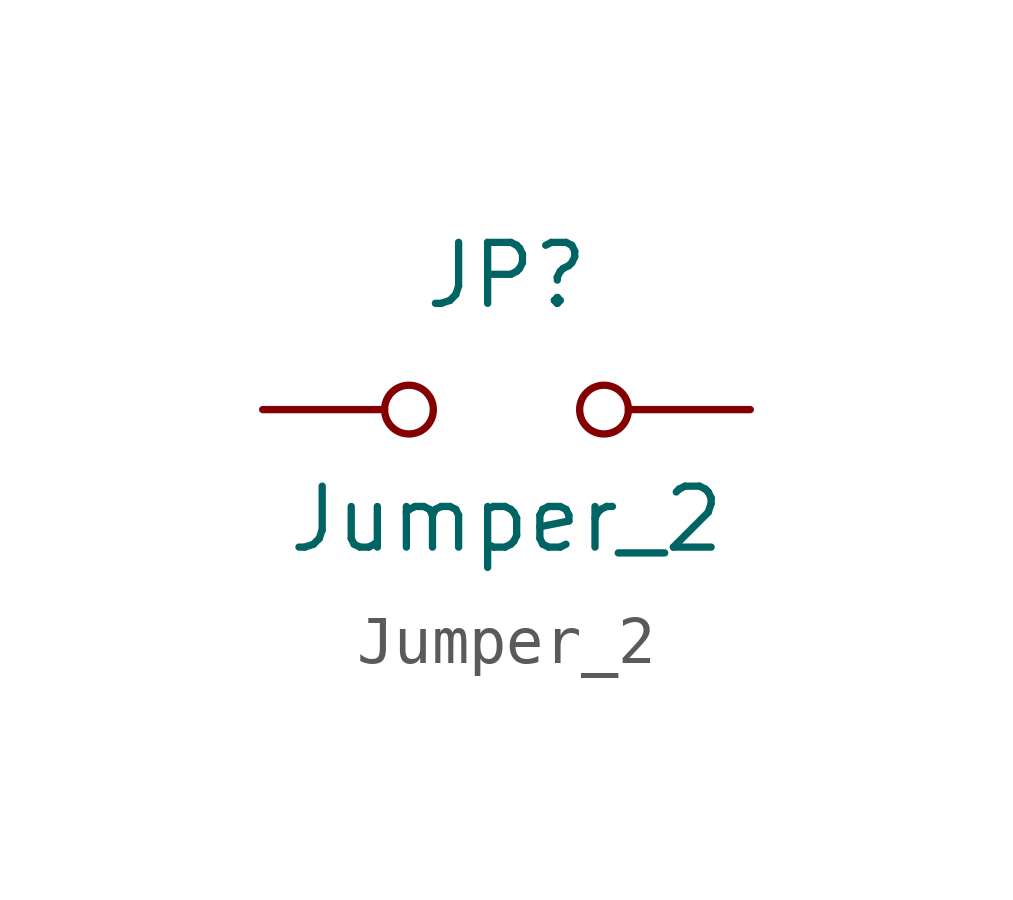
<source format=kicad_sym>
(kicad_symbol_lib
  (version 20231120)
  (generator "kicad_symbol_editor")
  (generator_version "8.0")
  (symbol "Jumper_2"
    (pin_numbers hide)
    (pin_names
      (offset 0) hide)
    (property "Reference" "JP"
      (at 0 2.794 0)
      (effects (font (size 1.27 1.27))))
    (property "Value" "Jumper_2"
      (at 0 -2.286 0)
      (effects (font (size 1.27 1.27))))
    (symbol "Jumper_2_0_0"
      (circle (center -2.032 0) (radius 0.508) (stroke (width 0) (type default)) (fill (type none)))
      (circle (center 2.032 0) (radius 0.508) (stroke (width 0) (type default)) (fill (type none))))
    (symbol "Jumper_2_1_1"
      (pin passive line (at -5.08 0 0) (length 2.54) (name "A" (effects (font (size 1.27 1.27)))) (number "1" (effects (font (size 1.27 1.27)))))
      (pin passive line (at 5.08 0 180) (length 2.54) (name "B" (effects (font (size 1.27 1.27)))) (number "2" (effects (font (size 1.27 1.27))))))))
</source>
